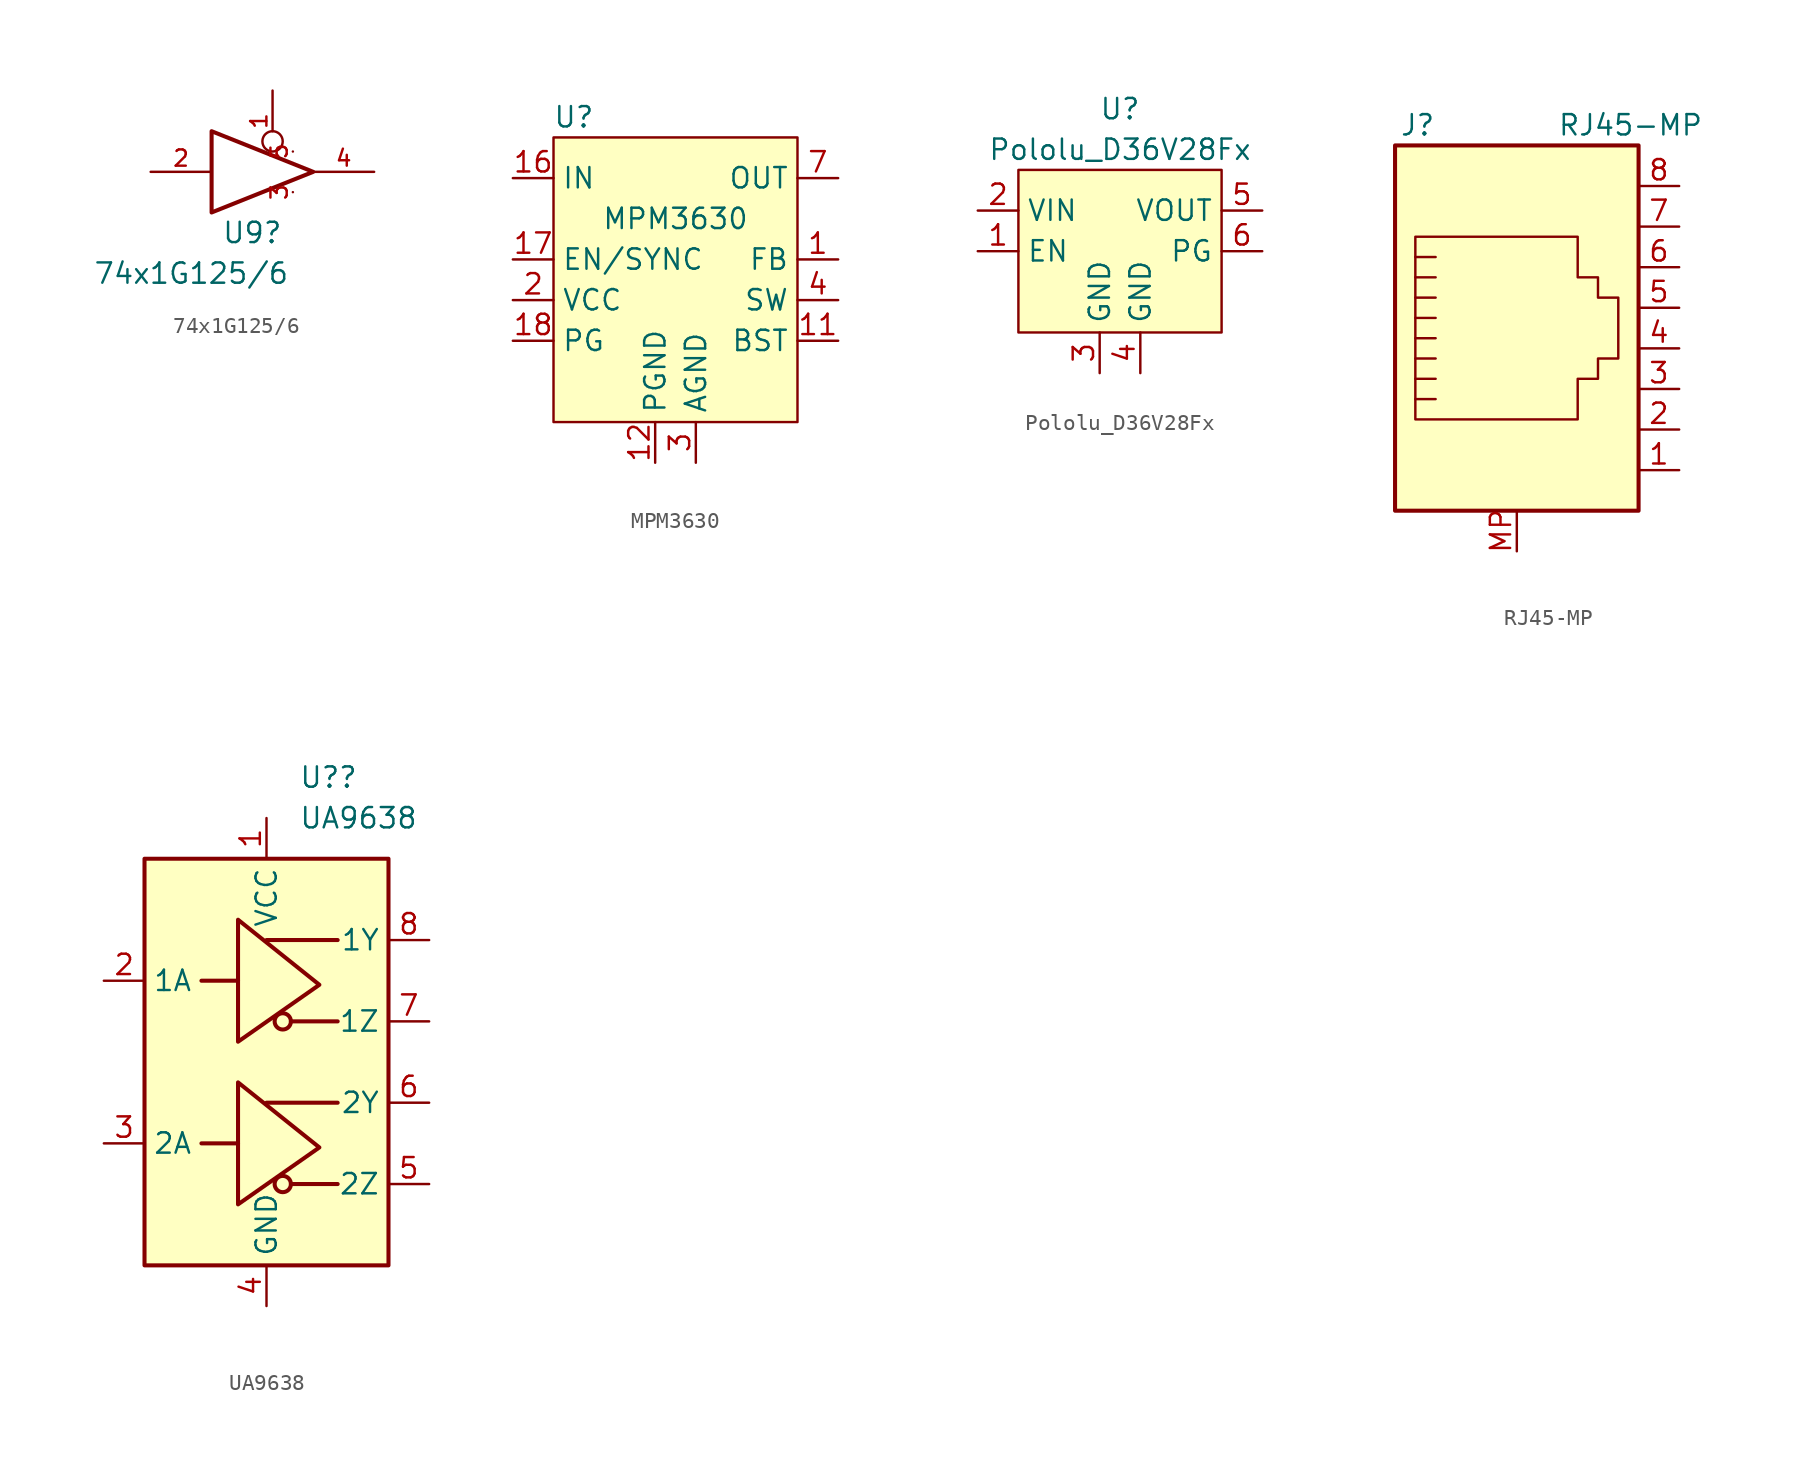
<source format=kicad_sym>
(kicad_symbol_lib
  (version 20231120)
  (generator "kicad_symbol_editor")
  (generator_version "8.0")
  (symbol "74x1G125/6"
    (pin_names
      (offset 1.016))
    (property "Reference" "U9"
      (at -1.27 -3.81 0)
      (effects (font (size 1.27 1.27))))
    (property "Value" "74x1G125{slash}6"
      (at -5.08 -6.35 0)
      (effects (font (size 1.27 1.27))))
    (symbol "74x1G125/6_0_1"
      (polyline (pts (xy -3.81 2.54) (xy -3.81 -2.54) (xy 2.54 0) (xy -3.81 2.54)) (stroke (width 0.254) (type default)) (fill (type none))))
    (symbol "74x1G125/6_1_1"
      (pin input inverted (at 0 5.08 270) (length 3.81) (name "~" (effects (font (size 1.016 1.016)))) (number "1" (effects (font (size 1.016 1.016)))))
      (pin input line (at -7.62 0 0) (length 3.81) (name "~" (effects (font (size 1.016 1.016)))) (number "2" (effects (font (size 1.016 1.016)))))
      (pin power_in line (at 1.27 -1.27 270) (length 0) (name "~" (effects (font (size 1.016 1.016)))) (number "3" (effects (font (size 1.016 1.016)))))
      (pin tri_state line (at 6.35 0 180) (length 3.81) (name "~" (effects (font (size 1.016 1.016)))) (number "4" (effects (font (size 1.016 1.016)))))
      (pin power_in line (at 1.27 1.27 90) (length 0) (name "~" (effects (font (size 1.016 1.016)))) (number "5" (effects (font (size 1.016 1.016)))))))
  (symbol "MPM3630"
    (property "Reference" "U"
      (at -6.35 6.35 0)
      (effects (font (size 1.27 1.27))))
    (property "Value" "MPM3630"
      (at 0 0 0)
      (effects (font (size 1.27 1.27))))
    (symbol "MPM3630_0_1"
      (rectangle (start -7.62 5.08) (end 7.62 -12.7) (stroke (width 0) (type default)) (fill (type background))))
    (symbol "MPM3630_1_1"
      (pin input line (at 10.16 -2.54 180) (length 2.54) (name "FB" (effects (font (size 1.27 1.27)))) (number "1" (effects (font (size 1.27 1.27)))))
      (pin passive line (at 10.16 -7.62 180) (length 2.54) (name "BST" (effects (font (size 1.27 1.27)))) (number "11" (effects (font (size 1.27 1.27)))))
      (pin power_in line (at -1.27 -15.24 90) (length 2.54) (name "PGND" (effects (font (size 1.27 1.27)))) (number "12" (effects (font (size 1.27 1.27)))))
      (pin power_in line (at -10.16 2.54 0) (length 2.54) (name "IN" (effects (font (size 1.27 1.27)))) (number "16" (effects (font (size 1.27 1.27)))))
      (pin input line (at -10.16 -2.54 0) (length 2.54) (name "EN/SYNC" (effects (font (size 1.27 1.27)))) (number "17" (effects (font (size 1.27 1.27)))))
      (pin output line (at -10.16 -7.62 0) (length 2.54) (name "PG" (effects (font (size 1.27 1.27)))) (number "18" (effects (font (size 1.27 1.27)))))
      (pin passive line (at -10.16 -5.08 0) (length 2.54) (name "VCC" (effects (font (size 1.27 1.27)))) (number "2" (effects (font (size 1.27 1.27)))))
      (pin power_in line (at 1.27 -15.24 90) (length 2.54) (name "AGND" (effects (font (size 1.27 1.27)))) (number "3" (effects (font (size 1.27 1.27)))))
      (pin passive line (at 10.16 -5.08 180) (length 2.54) (name "SW" (effects (font (size 1.27 1.27)))) (number "4" (effects (font (size 1.27 1.27)))))
      (pin passive line (at 10.16 -5.08 180) (length 2.54) hide (name "SW" (effects (font (size 1.27 1.27)))) (number "5" (effects (font (size 1.27 1.27)))))
      (pin passive line (at 10.16 -5.08 180) (length 2.54) hide (name "SW" (effects (font (size 1.27 1.27)))) (number "6" (effects (font (size 1.27 1.27)))))
      (pin power_out line (at 10.16 2.54 180) (length 2.54) (name "OUT" (effects (font (size 1.27 1.27)))) (number "7" (effects (font (size 1.27 1.27)))))))
  (symbol "Pololu_D36V28Fx"
    (property "Reference" "U"
      (at 0 7.62 0)
      (effects (font (size 1.27 1.27))))
    (property "Value" "Pololu_D36V28Fx"
      (at 0 5.08 0)
      (effects (font (size 1.27 1.27))))
    (symbol "Pololu_D36V28Fx_0_1"
      (rectangle (start -6.35 3.81) (end 6.35 -6.35) (stroke (width 0) (type default)) (fill (type background))))
    (symbol "Pololu_D36V28Fx_1_1"
      (pin input line (at -8.89 -1.27 0) (length 2.54) (name "EN" (effects (font (size 1.27 1.27)))) (number "1" (effects (font (size 1.27 1.27)))))
      (pin power_in line (at -8.89 1.27 0) (length 2.54) (name "VIN" (effects (font (size 1.27 1.27)))) (number "2" (effects (font (size 1.27 1.27)))))
      (pin power_in line (at -1.27 -8.89 90) (length 2.54) (name "GND" (effects (font (size 1.27 1.27)))) (number "3" (effects (font (size 1.27 1.27)))))
      (pin power_in line (at 1.27 -8.89 90) (length 2.54) (name "GND" (effects (font (size 1.27 1.27)))) (number "4" (effects (font (size 1.27 1.27)))))
      (pin power_out line (at 8.89 1.27 180) (length 2.54) (name "VOUT" (effects (font (size 1.27 1.27)))) (number "5" (effects (font (size 1.27 1.27)))))
      (pin output line (at 8.89 -1.27 180) (length 2.54) (name "PG" (effects (font (size 1.27 1.27)))) (number "6" (effects (font (size 1.27 1.27)))))))
  (symbol "RJ45-MP"
    (pin_names
      (offset 1.016))
    (property "Reference" "J"
      (at -5.08 13.97 0)
      (effects (font (size 1.27 1.27)) (justify right)))
    (property "Value" "RJ45-MP"
      (at 2.54 13.97 0)
      (effects (font (size 1.27 1.27)) (justify left)))
    (symbol "RJ45-MP_0_1"
      (polyline (pts (xy -5.08 4.445) (xy -6.35 4.445)) (stroke (width 0) (type default)) (fill (type none)))
      (polyline (pts (xy -5.08 5.715) (xy -6.35 5.715)) (stroke (width 0) (type default)) (fill (type none)))
      (polyline (pts (xy -6.35 -3.175) (xy -5.08 -3.175) (xy -5.08 -3.175)) (stroke (width 0) (type default)) (fill (type none)))
      (polyline (pts (xy -6.35 -1.905) (xy -5.08 -1.905) (xy -5.08 -1.905)) (stroke (width 0) (type default)) (fill (type none)))
      (polyline (pts (xy -6.35 -0.635) (xy -5.08 -0.635) (xy -5.08 -0.635)) (stroke (width 0) (type default)) (fill (type none)))
      (polyline (pts (xy -6.35 0.635) (xy -5.08 0.635) (xy -5.08 0.635)) (stroke (width 0) (type default)) (fill (type none)))
      (polyline (pts (xy -6.35 1.905) (xy -5.08 1.905) (xy -5.08 1.905)) (stroke (width 0) (type default)) (fill (type none)))
      (polyline (pts (xy -5.08 3.175) (xy -6.35 3.175) (xy -6.35 3.175)) (stroke (width 0) (type default)) (fill (type none)))
      (polyline (pts (xy -6.35 -4.445) (xy -6.35 6.985) (xy 3.81 6.985) (xy 3.81 4.445) (xy 5.08 4.445) (xy 5.08 3.175) (xy 6.35 3.175) (xy 6.35 -0.635) (xy 5.08 -0.635) (xy 5.08 -1.905) (xy 3.81 -1.905) (xy 3.81 -4.445) (xy -6.35 -4.445) (xy -6.35 -4.445)) (stroke (width 0) (type default)) (fill (type none)))
      (rectangle (start 7.62 12.7) (end -7.62 -10.16) (stroke (width 0.254) (type default)) (fill (type background))))
    (symbol "RJ45-MP_1_1"
      (pin passive line (at 10.16 -7.62 180) (length 2.54) (name "~" (effects (font (size 1.27 1.27)))) (number "1" (effects (font (size 1.27 1.27)))))
      (pin passive line (at 10.16 -5.08 180) (length 2.54) (name "~" (effects (font (size 1.27 1.27)))) (number "2" (effects (font (size 1.27 1.27)))))
      (pin passive line (at 10.16 -2.54 180) (length 2.54) (name "~" (effects (font (size 1.27 1.27)))) (number "3" (effects (font (size 1.27 1.27)))))
      (pin passive line (at 10.16 0 180) (length 2.54) (name "~" (effects (font (size 1.27 1.27)))) (number "4" (effects (font (size 1.27 1.27)))))
      (pin passive line (at 10.16 2.54 180) (length 2.54) (name "~" (effects (font (size 1.27 1.27)))) (number "5" (effects (font (size 1.27 1.27)))))
      (pin passive line (at 10.16 5.08 180) (length 2.54) (name "~" (effects (font (size 1.27 1.27)))) (number "6" (effects (font (size 1.27 1.27)))))
      (pin passive line (at 10.16 7.62 180) (length 2.54) (name "~" (effects (font (size 1.27 1.27)))) (number "7" (effects (font (size 1.27 1.27)))))
      (pin passive line (at 10.16 10.16 180) (length 2.54) (name "~" (effects (font (size 1.27 1.27)))) (number "8" (effects (font (size 1.27 1.27)))))
      (pin passive line (at 0 -12.7 90) (length 2.54) (name "" (effects (font (size 1.27 1.27)))) (number "MP" (effects (font (size 1.27 1.27)))))))
  (symbol "UA9638"
    (property "Reference" "U?"
      (at 2.019 17.78 0)
      (effects (font (size 1.27 1.27)) (justify left)))
    (property "Value" "UA9638"
      (at 2.019 15.24 0)
      (effects (font (size 1.27 1.27)) (justify left)))
    (symbol "UA9638_0_1"
      (rectangle (start -7.62 12.7) (end 7.62 -12.7) (stroke (width 0.254) (type default)) (fill (type background)))
      (polyline (pts (xy -1.778 -5.08) (xy -4.064 -5.08)) (stroke (width 0.254) (type default)) (fill (type none)))
      (polyline (pts (xy -1.778 5.08) (xy -4.064 5.08)) (stroke (width 0.254) (type default)) (fill (type none)))
      (polyline (pts (xy 0 -2.54) (xy 4.445 -2.54)) (stroke (width 0.254) (type default)) (fill (type none)))
      (polyline (pts (xy 0 7.62) (xy 4.445 7.62)) (stroke (width 0.254) (type default)) (fill (type none)))
      (polyline (pts (xy 1.524 -7.62) (xy 4.445 -7.62)) (stroke (width 0.254) (type default)) (fill (type none)))
      (polyline (pts (xy 1.524 2.54) (xy 4.445 2.54)) (stroke (width 0.254) (type default)) (fill (type none)))
      (polyline (pts (xy -1.778 -5.08) (xy -1.778 -8.89) (xy 3.302 -5.334) (xy -1.778 -1.27) (xy -1.778 -5.08)) (stroke (width 0.254) (type default)) (fill (type none)))
      (polyline (pts (xy -1.778 5.08) (xy -1.778 1.27) (xy 3.302 4.826) (xy -1.778 8.89) (xy -1.778 5.08)) (stroke (width 0.254) (type default)) (fill (type none)))
      (circle (center 1.016 -7.62) (radius 0.508) (stroke (width 0.254) (type default)) (fill (type none)))
      (circle (center 1.016 2.54) (radius 0.508) (stroke (width 0.254) (type default)) (fill (type none))))
    (symbol "UA9638_1_1"
      (pin power_in line (at 0 15.24 270) (length 2.54) (name "VCC" (effects (font (size 1.27 1.27)))) (number "1" (effects (font (size 1.27 1.27)))))
      (pin input line (at -10.16 5.08 0) (length 2.54) (name "1A" (effects (font (size 1.27 1.27)))) (number "2" (effects (font (size 1.27 1.27)))))
      (pin input line (at -10.16 -5.08 0) (length 2.54) (name "2A" (effects (font (size 1.27 1.27)))) (number "3" (effects (font (size 1.27 1.27)))))
      (pin power_in line (at 0 -15.24 90) (length 2.54) (name "GND" (effects (font (size 1.27 1.27)))) (number "4" (effects (font (size 1.27 1.27)))))
      (pin output line (at 10.16 -7.62 180) (length 2.54) (name "2Z" (effects (font (size 1.27 1.27)))) (number "5" (effects (font (size 1.27 1.27)))))
      (pin output line (at 10.16 -2.54 180) (length 2.54) (name "2Y" (effects (font (size 1.27 1.27)))) (number "6" (effects (font (size 1.27 1.27)))))
      (pin output line (at 10.16 2.54 180) (length 2.54) (name "1Z" (effects (font (size 1.27 1.27)))) (number "7" (effects (font (size 1.27 1.27)))))
      (pin output line (at 10.16 7.62 180) (length 2.54) (name "1Y" (effects (font (size 1.27 1.27)))) (number "8" (effects (font (size 1.27 1.27))))))))
</source>
